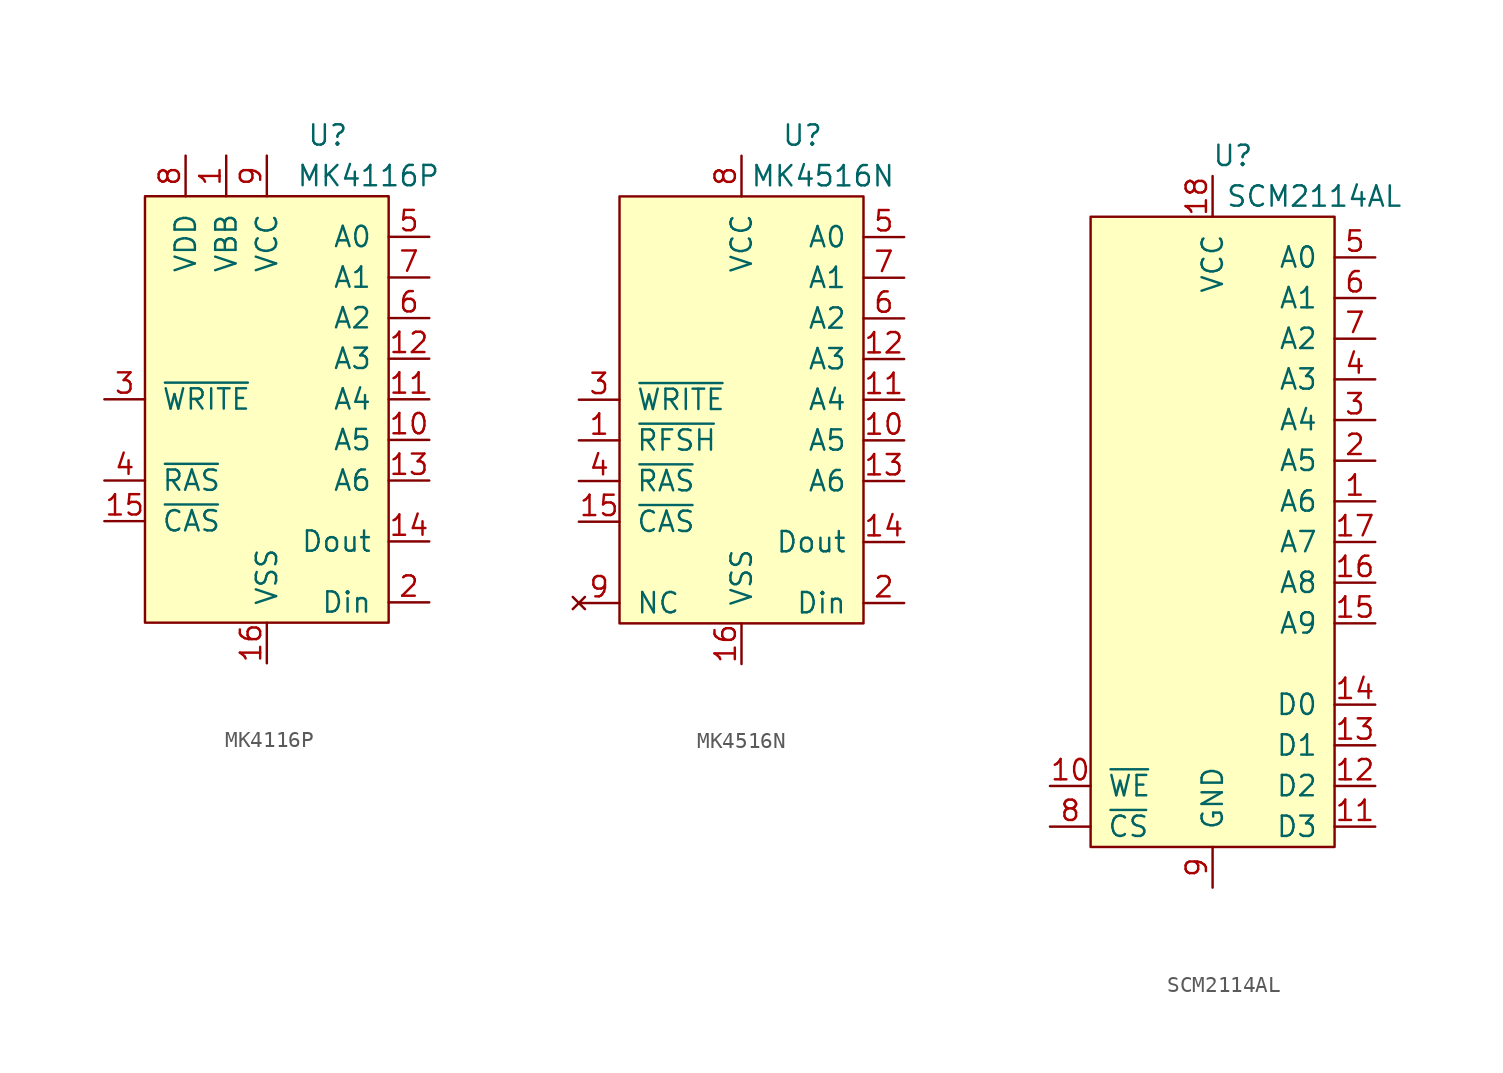
<source format=kicad_sym>
(kicad_symbol_lib
  (version 20211014)
  (generator kicad_symbol_editor)
  (symbol "MK4116P"
    (pin_names
      (offset 1.016))
    (property "Reference" "U"
      (at 3.81 7.62 0)
      (effects (font (size 1.27 1.27))))
    (property "Value" "MK4116P"
      (at 6.35 5.08 0)
      (effects (font (size 1.27 1.27))))
    (symbol "MK4116P_0_1"
      (rectangle (start -7.62 3.81) (end 7.62 -22.86) (stroke (width 0) (type default) (color 0 0 0 0)) (fill (type background))))
    (symbol "MK4116P_1_1"
      (pin power_in line (at -2.54 6.35 270) (length 2.54) (name "VBB" (effects (font (size 1.27 1.27)))) (number "1" (effects (font (size 1.27 1.27)))))
      (pin input line (at 10.16 -11.43 180) (length 2.54) (name "A5" (effects (font (size 1.27 1.27)))) (number "10" (effects (font (size 1.27 1.27)))))
      (pin input line (at 10.16 -8.89 180) (length 2.54) (name "A4" (effects (font (size 1.27 1.27)))) (number "11" (effects (font (size 1.27 1.27)))))
      (pin input line (at 10.16 -6.35 180) (length 2.54) (name "A3" (effects (font (size 1.27 1.27)))) (number "12" (effects (font (size 1.27 1.27)))))
      (pin input line (at 10.16 -13.97 180) (length 2.54) (name "A6" (effects (font (size 1.27 1.27)))) (number "13" (effects (font (size 1.27 1.27)))))
      (pin output line (at 10.16 -17.78 180) (length 2.54) (name "Dout" (effects (font (size 1.27 1.27)))) (number "14" (effects (font (size 1.27 1.27)))))
      (pin input line (at -10.16 -16.51 0) (length 2.54) (name "~{CAS}" (effects (font (size 1.27 1.27)))) (number "15" (effects (font (size 1.27 1.27)))))
      (pin power_in line (at 0 -25.4 90) (length 2.54) (name "VSS" (effects (font (size 1.27 1.27)))) (number "16" (effects (font (size 1.27 1.27)))))
      (pin input line (at 10.16 -21.59 180) (length 2.54) (name "Din" (effects (font (size 1.27 1.27)))) (number "2" (effects (font (size 1.27 1.27)))))
      (pin input line (at -10.16 -8.89 0) (length 2.54) (name "~{WRITE}" (effects (font (size 1.27 1.27)))) (number "3" (effects (font (size 1.27 1.27)))))
      (pin input line (at -10.16 -13.97 0) (length 2.54) (name "~{RAS}" (effects (font (size 1.27 1.27)))) (number "4" (effects (font (size 1.27 1.27)))))
      (pin input line (at 10.16 1.27 180) (length 2.54) (name "A0" (effects (font (size 1.27 1.27)))) (number "5" (effects (font (size 1.27 1.27)))))
      (pin input line (at 10.16 -3.81 180) (length 2.54) (name "A2" (effects (font (size 1.27 1.27)))) (number "6" (effects (font (size 1.27 1.27)))))
      (pin input line (at 10.16 -1.27 180) (length 2.54) (name "A1" (effects (font (size 1.27 1.27)))) (number "7" (effects (font (size 1.27 1.27)))))
      (pin power_in line (at -5.08 6.35 270) (length 2.54) (name "VDD" (effects (font (size 1.27 1.27)))) (number "8" (effects (font (size 1.27 1.27)))))
      (pin power_in line (at 0 6.35 270) (length 2.54) (name "VCC" (effects (font (size 1.27 1.27)))) (number "9" (effects (font (size 1.27 1.27)))))))
  (symbol "MK4516N"
    (pin_names
      (offset 1.016))
    (property "Reference" "U"
      (at 3.81 7.62 0)
      (effects (font (size 1.27 1.27))))
    (property "Value" "MK4516N"
      (at 5.08 5.08 0)
      (effects (font (size 1.27 1.27))))
    (symbol "MK4516N_0_1"
      (rectangle (start -7.62 3.81) (end 7.62 -22.86) (stroke (width 0) (type default) (color 0 0 0 0)) (fill (type background))))
    (symbol "MK4516N_1_1"
      (pin input line (at -10.16 -11.43 0) (length 2.54) (name "~{RFSH}" (effects (font (size 1.27 1.27)))) (number "1" (effects (font (size 1.27 1.27)))))
      (pin input line (at 10.16 -11.43 180) (length 2.54) (name "A5" (effects (font (size 1.27 1.27)))) (number "10" (effects (font (size 1.27 1.27)))))
      (pin input line (at 10.16 -8.89 180) (length 2.54) (name "A4" (effects (font (size 1.27 1.27)))) (number "11" (effects (font (size 1.27 1.27)))))
      (pin input line (at 10.16 -6.35 180) (length 2.54) (name "A3" (effects (font (size 1.27 1.27)))) (number "12" (effects (font (size 1.27 1.27)))))
      (pin input line (at 10.16 -13.97 180) (length 2.54) (name "A6" (effects (font (size 1.27 1.27)))) (number "13" (effects (font (size 1.27 1.27)))))
      (pin output line (at 10.16 -17.78 180) (length 2.54) (name "Dout" (effects (font (size 1.27 1.27)))) (number "14" (effects (font (size 1.27 1.27)))))
      (pin input line (at -10.16 -16.51 0) (length 2.54) (name "~{CAS}" (effects (font (size 1.27 1.27)))) (number "15" (effects (font (size 1.27 1.27)))))
      (pin power_in line (at 0 -25.4 90) (length 2.54) (name "VSS" (effects (font (size 1.27 1.27)))) (number "16" (effects (font (size 1.27 1.27)))))
      (pin input line (at 10.16 -21.59 180) (length 2.54) (name "Din" (effects (font (size 1.27 1.27)))) (number "2" (effects (font (size 1.27 1.27)))))
      (pin input line (at -10.16 -8.89 0) (length 2.54) (name "~{WRITE}" (effects (font (size 1.27 1.27)))) (number "3" (effects (font (size 1.27 1.27)))))
      (pin input line (at -10.16 -13.97 0) (length 2.54) (name "~{RAS}" (effects (font (size 1.27 1.27)))) (number "4" (effects (font (size 1.27 1.27)))))
      (pin input line (at 10.16 1.27 180) (length 2.54) (name "A0" (effects (font (size 1.27 1.27)))) (number "5" (effects (font (size 1.27 1.27)))))
      (pin input line (at 10.16 -3.81 180) (length 2.54) (name "A2" (effects (font (size 1.27 1.27)))) (number "6" (effects (font (size 1.27 1.27)))))
      (pin input line (at 10.16 -1.27 180) (length 2.54) (name "A1" (effects (font (size 1.27 1.27)))) (number "7" (effects (font (size 1.27 1.27)))))
      (pin power_in line (at 0 6.35 270) (length 2.54) (name "VCC" (effects (font (size 1.27 1.27)))) (number "8" (effects (font (size 1.27 1.27)))))
      (pin no_connect line (at -10.16 -21.59 0) (length 2.54) (name "NC" (effects (font (size 1.27 1.27)))) (number "9" (effects (font (size 1.27 1.27)))))))
  (symbol "SCM2114AL"
    (pin_names
      (offset 1.016))
    (property "Reference" "U"
      (at 1.27 7.62 0)
      (effects (font (size 1.27 1.27))))
    (property "Value" "SCM2114AL"
      (at 6.35 5.08 0)
      (effects (font (size 1.27 1.27))))
    (symbol "SCM2114AL_0_1"
      (rectangle (start -7.62 3.81) (end 7.62 -35.56) (stroke (width 0) (type default) (color 0 0 0 0)) (fill (type background))))
    (symbol "SCM2114AL_1_1"
      (pin input line (at 10.16 -13.97 180) (length 2.54) (name "A6" (effects (font (size 1.27 1.27)))) (number "1" (effects (font (size 1.27 1.27)))))
      (pin input line (at -10.16 -31.75 0) (length 2.54) (name "~{WE}" (effects (font (size 1.27 1.27)))) (number "10" (effects (font (size 1.27 1.27)))))
      (pin bidirectional line (at 10.16 -34.29 180) (length 2.54) (name "D3" (effects (font (size 1.27 1.27)))) (number "11" (effects (font (size 1.27 1.27)))))
      (pin bidirectional line (at 10.16 -31.75 180) (length 2.54) (name "D2" (effects (font (size 1.27 1.27)))) (number "12" (effects (font (size 1.27 1.27)))))
      (pin bidirectional line (at 10.16 -29.21 180) (length 2.54) (name "D1" (effects (font (size 1.27 1.27)))) (number "13" (effects (font (size 1.27 1.27)))))
      (pin bidirectional line (at 10.16 -26.67 180) (length 2.54) (name "D0" (effects (font (size 1.27 1.27)))) (number "14" (effects (font (size 1.27 1.27)))))
      (pin input line (at 10.16 -21.59 180) (length 2.54) (name "A9" (effects (font (size 1.27 1.27)))) (number "15" (effects (font (size 1.27 1.27)))))
      (pin input line (at 10.16 -19.05 180) (length 2.54) (name "A8" (effects (font (size 1.27 1.27)))) (number "16" (effects (font (size 1.27 1.27)))))
      (pin input line (at 10.16 -16.51 180) (length 2.54) (name "A7" (effects (font (size 1.27 1.27)))) (number "17" (effects (font (size 1.27 1.27)))))
      (pin power_in line (at 0 6.35 270) (length 2.54) (name "VCC" (effects (font (size 1.27 1.27)))) (number "18" (effects (font (size 1.27 1.27)))))
      (pin input line (at 10.16 -11.43 180) (length 2.54) (name "A5" (effects (font (size 1.27 1.27)))) (number "2" (effects (font (size 1.27 1.27)))))
      (pin input line (at 10.16 -8.89 180) (length 2.54) (name "A4" (effects (font (size 1.27 1.27)))) (number "3" (effects (font (size 1.27 1.27)))))
      (pin input line (at 10.16 -6.35 180) (length 2.54) (name "A3" (effects (font (size 1.27 1.27)))) (number "4" (effects (font (size 1.27 1.27)))))
      (pin input line (at 10.16 1.27 180) (length 2.54) (name "A0" (effects (font (size 1.27 1.27)))) (number "5" (effects (font (size 1.27 1.27)))))
      (pin input line (at 10.16 -1.27 180) (length 2.54) (name "A1" (effects (font (size 1.27 1.27)))) (number "6" (effects (font (size 1.27 1.27)))))
      (pin input line (at 10.16 -3.81 180) (length 2.54) (name "A2" (effects (font (size 1.27 1.27)))) (number "7" (effects (font (size 1.27 1.27)))))
      (pin input line (at -10.16 -34.29 0) (length 2.54) (name "~{CS}" (effects (font (size 1.27 1.27)))) (number "8" (effects (font (size 1.27 1.27)))))
      (pin power_in line (at 0 -38.1 90) (length 2.54) (name "GND" (effects (font (size 1.27 1.27)))) (number "9" (effects (font (size 1.27 1.27))))))))
</source>
